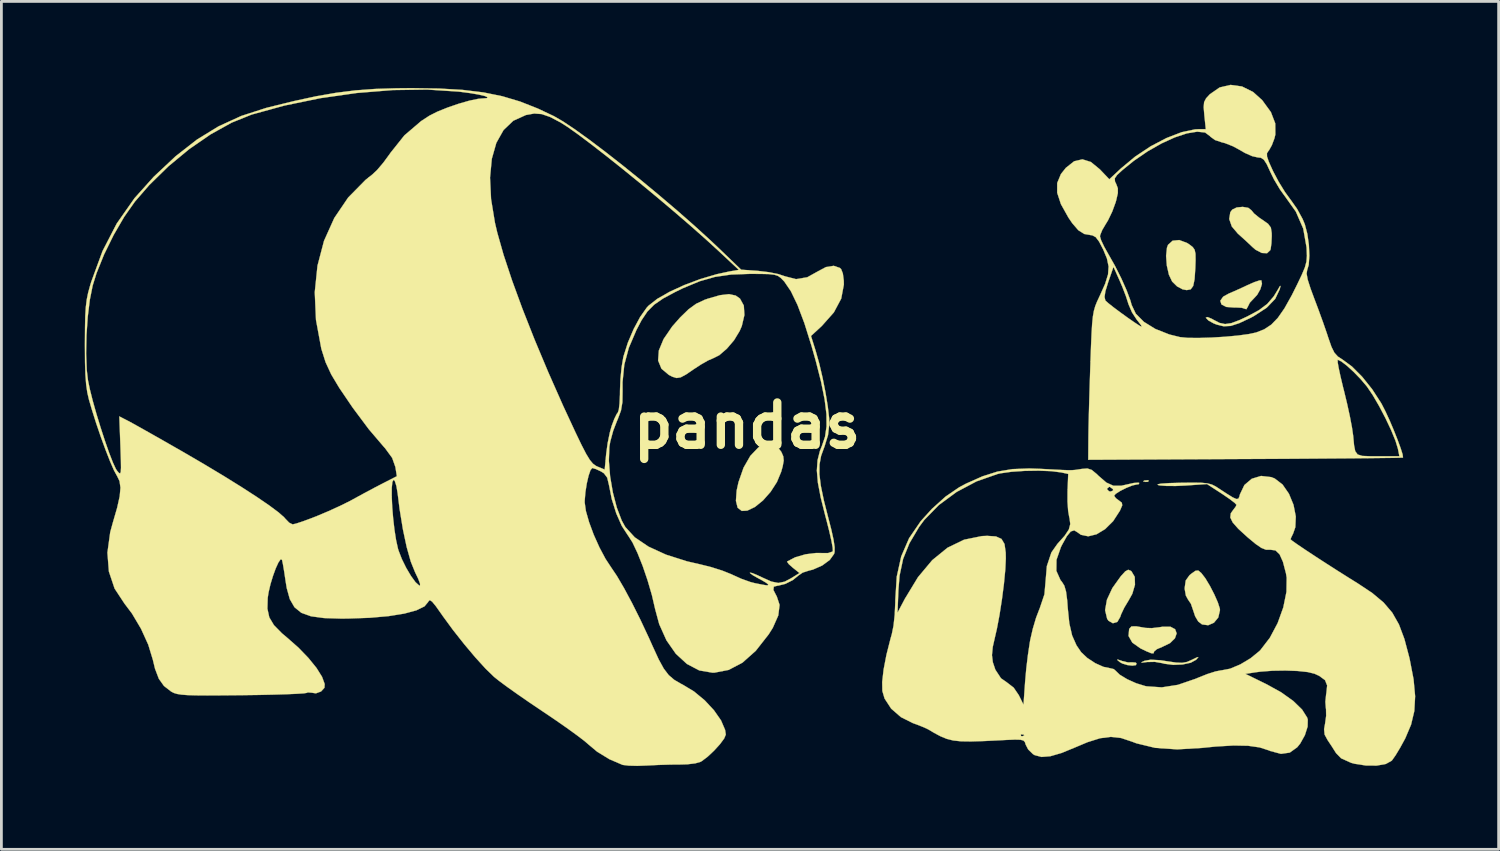
<source format=kicad_pcb>
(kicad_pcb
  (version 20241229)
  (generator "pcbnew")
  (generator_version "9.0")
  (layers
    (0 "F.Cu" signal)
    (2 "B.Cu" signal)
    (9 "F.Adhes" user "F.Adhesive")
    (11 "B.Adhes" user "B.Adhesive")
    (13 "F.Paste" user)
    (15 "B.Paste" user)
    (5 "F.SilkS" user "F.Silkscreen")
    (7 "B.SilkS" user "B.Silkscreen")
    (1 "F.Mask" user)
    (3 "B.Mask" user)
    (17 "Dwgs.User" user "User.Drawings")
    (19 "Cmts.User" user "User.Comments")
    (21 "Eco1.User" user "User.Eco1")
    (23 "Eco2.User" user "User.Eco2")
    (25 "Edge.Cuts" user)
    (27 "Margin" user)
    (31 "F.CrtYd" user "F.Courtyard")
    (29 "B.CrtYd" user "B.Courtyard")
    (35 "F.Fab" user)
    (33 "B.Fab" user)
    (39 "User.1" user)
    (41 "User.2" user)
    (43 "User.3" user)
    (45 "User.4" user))
  (footprint "pandas"
    (layer "F.Cu")
    (at 23.831 12.266)
    (property "Reference" "pandas" (at 0 0 0) (layer "F.SilkS") (effects (font (size 1.524 1.524) (thickness 0.3))))
    (attr through_hole)
    (fp_poly (pts (xy 14.455 1.981) (xy 14.43 2.019) (xy 14.344 2.025) (xy 14.254 2.005) (xy 14.293 1.974) (xy 14.425 1.964) (xy 14.455 1.981)) (stroke (width 0.01) (type solid)) (fill yes) (layer "F.SilkS"))
    (fp_poly (pts (xy 13.498 8.47) (xy 13.708 8.52) (xy 13.855 8.516) (xy 13.985 8.526) (xy 14.015 8.555) (xy 13.995 8.617) (xy 13.867 8.636) (xy 13.686 8.615) (xy 13.505 8.56) (xy 13.415 8.509) (xy 13.316 8.426) (xy 13.346 8.418) (xy 13.498 8.47)) (stroke (width 0.01) (type solid)) (fill yes) (layer "F.SilkS"))
    (fp_poly (pts (xy 13.813 5.225) (xy 13.832 5.24) (xy 13.951 5.441) (xy 13.959 5.726) (xy 13.863 6.052) (xy 13.729 6.292) (xy 13.573 6.551) (xy 13.458 6.795) (xy 13.431 6.879) (xy 13.325 7.062) (xy 13.165 7.111) (xy 13.005 7.02) (xy 12.957 6.948) (xy 12.884 6.639) (xy 12.95 6.264) (xy 13.146 5.843) (xy 13.449 5.42) (xy 13.609 5.244) (xy 13.716 5.186) (xy 13.813 5.225)) (stroke (width 0.01) (type solid)) (fill yes) (layer "F.SilkS"))
    (fp_poly (pts (xy 1.049 0.707) (xy 1.233 0.942) (xy 1.304 1.105) (xy 1.32 1.259) (xy 1.282 1.469) (xy 1.228 1.662) (xy 1.075 2.03) (xy 0.847 2.383) (xy 0.574 2.691) (xy 0.285 2.926) (xy 0.009 3.058) (xy -0.19 3.069) (xy -0.338 2.955) (xy -0.4 2.706) (xy -0.374 2.337) (xy -0.307 2.033) (xy -0.125 1.512) (xy 0.119 1.087) (xy 0.403 0.789) (xy 0.528 0.709) (xy 0.814 0.628) (xy 1.049 0.707)) (stroke (width 0.01) (type solid)) (fill yes) (layer "F.SilkS"))
    (fp_poly (pts (xy 15.834 -6.573) (xy 15.919 -6.518) (xy 16.037 -6.426) (xy 16.106 -6.329) (xy 16.137 -6.184) (xy 16.14 -5.948) (xy 16.13 -5.658) (xy 16.104 -5.27) (xy 16.054 -5.027) (xy 15.964 -4.904) (xy 15.82 -4.877) (xy 15.671 -4.905) (xy 15.476 -5.009) (xy 15.297 -5.184) (xy 15.18 -5.431) (xy 15.105 -5.762) (xy 15.079 -6.108) (xy 15.11 -6.403) (xy 15.149 -6.507) (xy 15.313 -6.655) (xy 15.553 -6.678) (xy 15.834 -6.573)) (stroke (width 0.01) (type solid)) (fill yes) (layer "F.SilkS"))
    (fp_poly (pts (xy 16.189 8.393) (xy 16.156 8.427) (xy 15.966 8.531) (xy 15.672 8.594) (xy 15.336 8.608) (xy 15.02 8.568) (xy 14.944 8.547) (xy 14.675 8.5) (xy 14.393 8.506) (xy 14.213 8.528) (xy 14.188 8.516) (xy 14.303 8.462) (xy 14.303 8.462) (xy 14.524 8.422) (xy 14.865 8.441) (xy 15.107 8.477) (xy 15.438 8.526) (xy 15.661 8.535) (xy 15.833 8.502) (xy 16.002 8.428) (xy 16.186 8.339) (xy 16.241 8.327) (xy 16.189 8.393)) (stroke (width 0.01) (type solid)) (fill yes) (layer "F.SilkS"))
    (fp_poly (pts (xy 18.529 -5.102) (xy 18.47 -4.907) (xy 18.357 -4.707) (xy 18.246 -4.587) (xy 18.092 -4.425) (xy 18.022 -4.284) (xy 17.969 -4.19) (xy 17.925 -4.201) (xy 17.803 -4.241) (xy 17.588 -4.252) (xy 17.544 -4.249) (xy 17.246 -4.271) (xy 17.071 -4.362) (xy 17.029 -4.494) (xy 17.132 -4.64) (xy 17.333 -4.752) (xy 17.543 -4.842) (xy 17.828 -4.971) (xy 18.015 -5.059) (xy 18.262 -5.167) (xy 18.442 -5.226) (xy 18.506 -5.228) (xy 18.529 -5.102)) (stroke (width 0.01) (type solid)) (fill yes) (layer "F.SilkS"))
    (fp_poly (pts (xy 14.077 7.233) (xy 14.346 7.279) (xy 14.568 7.286) (xy 14.833 7.255) (xy 14.947 7.237) (xy 15.234 7.235) (xy 15.404 7.325) (xy 15.459 7.475) (xy 15.397 7.652) (xy 15.22 7.826) (xy 14.947 7.958) (xy 14.752 8.041) (xy 14.651 8.121) (xy 14.647 8.135) (xy 14.627 8.193) (xy 14.544 8.19) (xy 14.367 8.117) (xy 14.157 8.015) (xy 13.864 7.808) (xy 13.727 7.568) (xy 13.75 7.314) (xy 13.833 7.224) (xy 14.008 7.221) (xy 14.077 7.233)) (stroke (width 0.01) (type solid)) (fill yes) (layer "F.SilkS"))
    (fp_poly (pts (xy 16.342 5.3) (xy 16.351 5.31) (xy 16.493 5.495) (xy 16.657 5.768) (xy 16.815 6.075) (xy 16.942 6.364) (xy 17.012 6.584) (xy 17.018 6.636) (xy 16.957 6.902) (xy 16.801 7.091) (xy 16.593 7.182) (xy 16.373 7.153) (xy 16.236 7.048) (xy 16.124 6.859) (xy 16.048 6.631) (xy 15.972 6.41) (xy 15.87 6.261) (xy 15.79 6.115) (xy 15.749 5.884) (xy 15.748 5.838) (xy 15.785 5.573) (xy 15.92 5.384) (xy 15.975 5.337) (xy 16.135 5.223) (xy 16.235 5.212) (xy 16.342 5.3)) (stroke (width 0.01) (type solid)) (fill yes) (layer "F.SilkS"))
    (fp_poly (pts (xy 18.036 -7.838) (xy 18.148 -7.751) (xy 18.244 -7.634) (xy 18.433 -7.481) (xy 18.538 -7.411) (xy 18.748 -7.263) (xy 18.849 -7.127) (xy 18.879 -6.932) (xy 18.881 -6.822) (xy 18.869 -6.56) (xy 18.841 -6.356) (xy 18.829 -6.315) (xy 18.713 -6.205) (xy 18.522 -6.213) (xy 18.296 -6.331) (xy 18.189 -6.424) (xy 17.977 -6.624) (xy 17.728 -6.85) (xy 17.66 -6.91) (xy 17.443 -7.167) (xy 17.35 -7.436) (xy 17.389 -7.678) (xy 17.458 -7.772) (xy 17.619 -7.851) (xy 17.836 -7.872) (xy 18.036 -7.838)) (stroke (width 0.01) (type solid)) (fill yes) (layer "F.SilkS"))
    (fp_poly (pts (xy 19.17 -4.911) (xy 19.006 -4.563) (xy 18.698 -4.243) (xy 18.233 -3.94) (xy 18.107 -3.873) (xy 17.71 -3.687) (xy 17.407 -3.589) (xy 17.151 -3.575) (xy 16.898 -3.637) (xy 16.785 -3.682) (xy 16.602 -3.784) (xy 16.512 -3.878) (xy 16.51 -3.889) (xy 16.572 -3.907) (xy 16.727 -3.843) (xy 16.785 -3.809) (xy 17.001 -3.697) (xy 17.201 -3.655) (xy 17.427 -3.688) (xy 17.724 -3.8) (xy 17.994 -3.926) (xy 18.418 -4.154) (xy 18.722 -4.383) (xy 18.952 -4.652) (xy 19.085 -4.868) (xy 19.174 -5.021) (xy 19.197 -5.029) (xy 19.17 -4.911)) (stroke (width 0.01) (type solid)) (fill yes) (layer "F.SilkS"))
    (fp_poly (pts (xy -0.408 -4.681) (xy -0.254 -4.572) (xy -0.116 -4.321) (xy -0.095 -3.98) (xy -0.188 -3.586) (xy -0.265 -3.407) (xy -0.467 -3.074) (xy -0.726 -2.77) (xy -0.997 -2.536) (xy -1.23 -2.42) (xy -1.403 -2.346) (xy -1.655 -2.202) (xy -1.917 -2.031) (xy -2.198 -1.839) (xy -2.389 -1.737) (xy -2.536 -1.714) (xy -2.684 -1.759) (xy -2.813 -1.825) (xy -3.08 -2.049) (xy -3.2 -2.344) (xy -3.174 -2.702) (xy -3.004 -3.114) (xy -2.691 -3.571) (xy -2.407 -3.893) (xy -2.103 -4.188) (xy -1.832 -4.385) (xy -1.531 -4.526) (xy -1.415 -4.567) (xy -0.974 -4.694) (xy -0.648 -4.732) (xy -0.408 -4.681)) (stroke (width 0.01) (type solid)) (fill yes) (layer "F.SilkS"))
    (fp_poly (pts (xy 17.81 -12.205) (xy 18.213 -12.004) (xy 18.537 -11.712) (xy 18.851 -11.281) (xy 19.007 -10.874) (xy 19.01 -10.474) (xy 18.976 -10.333) (xy 18.884 -10.09) (xy 18.781 -9.906) (xy 18.758 -9.88) (xy 18.708 -9.8) (xy 18.711 -9.682) (xy 18.776 -9.492) (xy 18.911 -9.193) (xy 18.938 -9.137) (xy 19.131 -8.773) (xy 19.355 -8.409) (xy 19.564 -8.121) (xy 19.572 -8.112) (xy 19.793 -7.798) (xy 19.99 -7.438) (xy 20.071 -7.244) (xy 20.162 -6.897) (xy 20.217 -6.502) (xy 20.234 -6.114) (xy 20.211 -5.787) (xy 20.155 -5.596) (xy 20.135 -5.471) (xy 20.173 -5.258) (xy 20.277 -4.933) (xy 20.398 -4.606) (xy 20.561 -4.173) (xy 20.726 -3.719) (xy 20.866 -3.315) (xy 20.916 -3.161) (xy 21.03 -2.834) (xy 21.135 -2.624) (xy 21.262 -2.485) (xy 21.429 -2.376) (xy 21.768 -2.127) (xy 22.134 -1.759) (xy 22.494 -1.31) (xy 22.812 -0.82) (xy 22.84 -0.771) (xy 22.972 -0.513) (xy 23.121 -0.19) (xy 23.271 0.163) (xy 23.408 0.508) (xy 23.519 0.811) (xy 23.589 1.035) (xy 23.604 1.145) (xy 23.602 1.149) (xy 23.515 1.153) (xy 23.273 1.159) (xy 22.89 1.164) (xy 22.379 1.17) (xy 21.755 1.176) (xy 21.031 1.181) (xy 20.222 1.187) (xy 19.34 1.193) (xy 18.402 1.198) (xy 17.927 1.2) (xy 12.277 1.228) (xy 12.283 0.423) (xy 12.288 0.089) (xy 12.299 -0.374) (xy 12.314 -0.925) (xy 12.332 -1.526) (xy 12.352 -2.134) (xy 12.356 -2.244) (xy 12.357 -2.294) (xy 21.251 -2.294) (xy 21.287 -2.083) (xy 21.355 -1.768) (xy 21.448 -1.378) (xy 21.48 -1.254) (xy 21.592 -0.789) (xy 21.692 -0.331) (xy 21.768 0.069) (xy 21.81 0.36) (xy 21.812 0.376) (xy 21.843 0.709) (xy 21.885 0.92) (xy 21.972 1.038) (xy 22.138 1.089) (xy 22.416 1.101) (xy 22.699 1.101) (xy 23.474 1.101) (xy 23.419 0.826) (xy 23.333 0.543) (xy 23.177 0.163) (xy 22.974 -0.266) (xy 22.747 -0.7) (xy 22.518 -1.094) (xy 22.31 -1.401) (xy 22.3 -1.414) (xy 22.078 -1.676) (xy 21.828 -1.934) (xy 21.584 -2.157) (xy 21.38 -2.313) (xy 21.253 -2.371) (xy 21.251 -2.294) (xy 12.357 -2.294) (xy 12.377 -2.851) (xy 12.397 -3.317) (xy 12.418 -3.667) (xy 12.445 -3.93) (xy 12.481 -4.132) (xy 12.529 -4.3) (xy 12.594 -4.462) (xy 12.672 -4.629) (xy 12.863 -4.629) (xy 12.894 -4.506) (xy 12.901 -4.496) (xy 13.001 -4.406) (xy 13.193 -4.254) (xy 13.44 -4.07) (xy 13.703 -3.88) (xy 13.944 -3.713) (xy 14.124 -3.596) (xy 14.202 -3.556) (xy 14.178 -3.613) (xy 14.071 -3.755) (xy 14.022 -3.814) (xy 13.85 -4.079) (xy 13.723 -4.376) (xy 13.717 -4.398) (xy 13.633 -4.658) (xy 13.507 -4.986) (xy 13.407 -5.22) (xy 13.186 -5.715) (xy 12.996 -5.165) (xy 12.895 -4.837) (xy 12.863 -4.629) (xy 12.672 -4.629) (xy 12.68 -4.644) (xy 12.691 -4.669) (xy 12.885 -5.102) (xy 12.99 -5.44) (xy 13.01 -5.728) (xy 12.95 -6.015) (xy 12.816 -6.338) (xy 12.665 -6.627) (xy 12.543 -6.787) (xy 12.498 -6.81) (xy 12.7 -6.81) (xy 12.742 -6.669) (xy 12.852 -6.437) (xy 12.999 -6.176) (xy 13.238 -5.754) (xy 13.465 -5.303) (xy 13.658 -4.871) (xy 13.794 -4.506) (xy 13.839 -4.344) (xy 13.988 -4.028) (xy 14.281 -3.734) (xy 14.693 -3.479) (xy 15.197 -3.28) (xy 15.579 -3.186) (xy 15.854 -3.159) (xy 16.248 -3.155) (xy 16.714 -3.169) (xy 17.204 -3.199) (xy 17.669 -3.242) (xy 18.062 -3.296) (xy 18.316 -3.351) (xy 18.608 -3.465) (xy 18.863 -3.633) (xy 19.1 -3.878) (xy 19.339 -4.222) (xy 19.6 -4.689) (xy 19.788 -5.064) (xy 19.962 -5.429) (xy 20.072 -5.691) (xy 20.129 -5.901) (xy 20.146 -6.107) (xy 20.136 -6.359) (xy 20.132 -6.42) (xy 20.013 -7.091) (xy 19.749 -7.699) (xy 19.399 -8.192) (xy 19.177 -8.499) (xy 18.957 -8.869) (xy 18.833 -9.123) (xy 18.701 -9.408) (xy 18.597 -9.569) (xy 18.491 -9.639) (xy 18.376 -9.652) (xy 18.173 -9.698) (xy 17.912 -9.814) (xy 17.773 -9.896) (xy 17.487 -10.052) (xy 17.192 -10.168) (xy 17.08 -10.196) (xy 16.839 -10.277) (xy 16.67 -10.4) (xy 16.657 -10.418) (xy 16.482 -10.548) (xy 16.198 -10.578) (xy 15.828 -10.517) (xy 15.393 -10.373) (xy 14.915 -10.155) (xy 14.417 -9.872) (xy 13.92 -9.531) (xy 13.508 -9.197) (xy 13.315 -9.019) (xy 13.233 -8.899) (xy 13.239 -8.789) (xy 13.284 -8.695) (xy 13.342 -8.542) (xy 13.343 -8.369) (xy 13.285 -8.113) (xy 13.262 -8.032) (xy 13.142 -7.705) (xy 12.99 -7.388) (xy 12.914 -7.265) (xy 12.782 -7.042) (xy 12.707 -6.856) (xy 12.7 -6.81) (xy 12.498 -6.81) (xy 12.421 -6.849) (xy 12.377 -6.854) (xy 12.135 -6.896) (xy 11.921 -7.031) (xy 11.703 -7.283) (xy 11.564 -7.487) (xy 11.294 -7.971) (xy 11.16 -8.379) (xy 11.161 -8.732) (xy 11.295 -9.054) (xy 11.472 -9.277) (xy 11.77 -9.513) (xy 12.068 -9.583) (xy 12.373 -9.487) (xy 12.695 -9.223) (xy 12.702 -9.216) (xy 13.036 -8.865) (xy 13.456 -9.257) (xy 13.965 -9.68) (xy 14.522 -10.05) (xy 15.091 -10.348) (xy 15.635 -10.558) (xy 16.12 -10.661) (xy 16.264 -10.668) (xy 16.507 -10.668) (xy 16.455 -11.171) (xy 16.431 -11.459) (xy 16.447 -11.641) (xy 16.518 -11.778) (xy 16.655 -11.927) (xy 17.005 -12.169) (xy 17.399 -12.261) (xy 17.81 -12.205)) (stroke (width 0.01) (type solid)) (fill yes) (layer "F.SilkS"))
    (fp_poly (pts (xy 10.582 1.556) (xy 11.028 1.58) (xy 11.34 1.595) (xy 11.551 1.603) (xy 11.696 1.602) (xy 11.809 1.593) (xy 11.924 1.576) (xy 12.038 1.558) (xy 12.244 1.541) (xy 12.403 1.593) (xy 12.583 1.741) (xy 12.648 1.805) (xy 12.929 2.048) (xy 13.182 2.162) (xy 13.465 2.163) (xy 13.685 2.114) (xy 13.919 2.062) (xy 14.08 2.051) (xy 14.114 2.063) (xy 14.093 2.108) (xy 14.023 2.117) (xy 13.867 2.152) (xy 13.652 2.238) (xy 13.433 2.347) (xy 13.267 2.453) (xy 13.208 2.521) (xy 13.271 2.61) (xy 13.379 2.691) (xy 13.486 2.773) (xy 13.501 2.867) (xy 13.428 3.038) (xy 13.411 3.071) (xy 13.172 3.439) (xy 12.885 3.723) (xy 12.577 3.909) (xy 12.277 3.982) (xy 12.013 3.927) (xy 11.899 3.844) (xy 11.775 3.768) (xy 11.65 3.807) (xy 11.509 3.976) (xy 11.335 4.289) (xy 11.294 4.371) (xy 11.135 4.828) (xy 11.13 5.225) (xy 11.28 5.56) (xy 11.331 5.621) (xy 11.418 5.76) (xy 11.479 5.972) (xy 11.521 6.295) (xy 11.54 6.562) (xy 11.597 7.117) (xy 11.697 7.55) (xy 11.854 7.904) (xy 12.023 8.152) (xy 12.241 8.358) (xy 12.529 8.547) (xy 12.823 8.679) (xy 13.03 8.721) (xy 13.195 8.76) (xy 13.252 8.809) (xy 13.411 8.962) (xy 13.68 9.125) (xy 14.003 9.27) (xy 14.325 9.369) (xy 14.379 9.38) (xy 14.925 9.417) (xy 15.504 9.327) (xy 16.148 9.106) (xy 16.242 9.066) (xy 16.564 8.938) (xy 16.857 8.845) (xy 17.062 8.805) (xy 17.075 8.805) (xy 17.382 8.746) (xy 17.749 8.592) (xy 18.118 8.371) (xy 18.435 8.113) (xy 18.473 8.075) (xy 18.812 7.634) (xy 19.092 7.107) (xy 19.296 6.541) (xy 19.41 5.981) (xy 19.418 5.472) (xy 19.393 5.318) (xy 19.283 4.898) (xy 19.161 4.628) (xy 19.014 4.489) (xy 18.829 4.465) (xy 18.817 4.466) (xy 18.671 4.464) (xy 18.512 4.402) (xy 18.303 4.259) (xy 18.01 4.016) (xy 18.008 4.014) (xy 17.677 3.712) (xy 17.475 3.483) (xy 17.389 3.304) (xy 17.407 3.155) (xy 17.476 3.056) (xy 17.581 2.918) (xy 17.611 2.849) (xy 17.545 2.778) (xy 17.371 2.644) (xy 17.124 2.474) (xy 17.081 2.446) (xy 16.552 2.102) (xy 15.79 2.154) (xy 15.42 2.171) (xy 15.089 2.169) (xy 14.853 2.151) (xy 14.799 2.14) (xy 14.771 2.11) (xy 14.906 2.086) (xy 15.197 2.067) (xy 15.603 2.056) (xy 16.045 2.051) (xy 16.355 2.056) (xy 16.57 2.078) (xy 16.727 2.12) (xy 16.863 2.188) (xy 16.933 2.233) (xy 17.264 2.45) (xy 17.48 2.583) (xy 17.608 2.64) (xy 17.677 2.63) (xy 17.713 2.561) (xy 17.736 2.473) (xy 17.896 2.137) (xy 18.162 1.911) (xy 18.496 1.81) (xy 18.862 1.852) (xy 18.988 1.902) (xy 19.269 2.118) (xy 19.499 2.45) (xy 19.664 2.85) (xy 19.746 3.268) (xy 19.729 3.655) (xy 19.651 3.88) (xy 19.578 4.03) (xy 19.558 4.091) (xy 19.626 4.149) (xy 19.813 4.281) (xy 20.096 4.472) (xy 20.451 4.706) (xy 20.853 4.967) (xy 21.28 5.24) (xy 21.707 5.509) (xy 21.971 5.673) (xy 22.496 6.022) (xy 22.903 6.362) (xy 23.216 6.728) (xy 23.458 7.154) (xy 23.654 7.676) (xy 23.827 8.329) (xy 23.845 8.407) (xy 23.984 9.128) (xy 24.04 9.736) (xy 24.011 10.268) (xy 23.894 10.759) (xy 23.688 11.245) (xy 23.67 11.28) (xy 23.5 11.591) (xy 23.338 11.86) (xy 23.213 12.037) (xy 23.195 12.058) (xy 22.985 12.174) (xy 22.661 12.232) (xy 22.272 12.23) (xy 21.864 12.167) (xy 21.737 12.133) (xy 21.377 11.97) (xy 21.195 11.784) (xy 21.044 11.545) (xy 20.889 11.312) (xy 20.783 11.117) (xy 20.764 10.92) (xy 20.8 10.719) (xy 20.838 10.444) (xy 20.834 10.201) (xy 20.827 10.16) (xy 20.81 9.936) (xy 20.838 9.662) (xy 20.846 9.621) (xy 20.874 9.349) (xy 20.798 9.158) (xy 20.592 9.006) (xy 20.422 8.927) (xy 20.177 8.867) (xy 19.812 8.828) (xy 19.375 8.812) (xy 18.914 8.819) (xy 18.477 8.852) (xy 18.3 8.875) (xy 17.932 8.932) (xy 18.701 9.309) (xy 19.224 9.599) (xy 19.655 9.907) (xy 19.972 10.215) (xy 20.154 10.502) (xy 20.177 10.576) (xy 20.171 10.829) (xy 20.073 11.138) (xy 19.905 11.439) (xy 19.797 11.573) (xy 19.529 11.765) (xy 19.213 11.81) (xy 18.83 11.708) (xy 18.776 11.685) (xy 18.443 11.578) (xy 18.028 11.519) (xy 17.509 11.509) (xy 16.863 11.547) (xy 16.383 11.595) (xy 15.476 11.649) (xy 14.69 11.595) (xy 14.015 11.432) (xy 13.844 11.368) (xy 13.46 11.24) (xy 13.093 11.199) (xy 12.703 11.248) (xy 12.249 11.391) (xy 11.841 11.563) (xy 11.319 11.778) (xy 10.912 11.896) (xy 10.597 11.921) (xy 10.352 11.857) (xy 10.29 11.821) (xy 10.116 11.651) (xy 10.027 11.479) (xy 9.998 11.387) (xy 9.946 11.331) (xy 9.837 11.302) (xy 9.64 11.297) (xy 9.322 11.31) (xy 9.116 11.321) (xy 8.516 11.35) (xy 8.055 11.364) (xy 7.7 11.359) (xy 7.419 11.329) (xy 7.182 11.269) (xy 6.958 11.176) (xy 6.853 11.12) (xy 9.85 11.12) (xy 9.861 11.17) (xy 9.906 11.176) (xy 9.976 11.145) (xy 9.962 11.12) (xy 9.862 11.109) (xy 9.85 11.12) (xy 6.853 11.12) (xy 6.713 11.044) (xy 6.519 10.929) (xy 6.369 10.858) (xy 6.125 10.761) (xy 5.969 10.705) (xy 5.536 10.488) (xy 5.185 10.182) (xy 4.949 9.82) (xy 4.869 9.548) (xy 4.863 9.223) (xy 4.914 8.776) (xy 5.017 8.241) (xy 5.166 7.653) (xy 5.21 7.499) (xy 5.27 7.203) (xy 5.314 6.803) (xy 5.317 6.731) (xy 5.415 6.731) (xy 5.681 6.227) (xy 6.152 5.452) (xy 6.663 4.841) (xy 7.215 4.392) (xy 7.811 4.104) (xy 8.452 3.974) (xy 8.646 3.966) (xy 8.957 3.987) (xy 9.156 4.076) (xy 9.265 4.26) (xy 9.308 4.567) (xy 9.312 4.779) (xy 9.293 5.179) (xy 9.244 5.689) (xy 9.172 6.25) (xy 9.085 6.809) (xy 8.991 7.307) (xy 8.932 7.563) (xy 8.842 7.96) (xy 8.813 8.257) (xy 8.844 8.512) (xy 8.935 8.782) (xy 9.138 9.091) (xy 9.337 9.229) (xy 9.594 9.427) (xy 9.779 9.698) (xy 9.948 10.04) (xy 10.006 9.215) (xy 10.047 8.751) (xy 10.107 8.251) (xy 10.174 7.805) (xy 10.192 7.703) (xy 10.283 7.308) (xy 10.401 6.911) (xy 10.522 6.595) (xy 10.531 6.576) (xy 10.701 6.07) (xy 10.736 5.671) (xy 10.788 5.054) (xy 10.952 4.562) (xy 11.168 4.255) (xy 11.43 3.962) (xy 11.579 3.738) (xy 11.631 3.542) (xy 11.605 3.336) (xy 11.594 3.297) (xy 11.554 3.065) (xy 11.531 2.735) (xy 11.532 2.378) (xy 11.532 2.372) (xy 11.535 2.286) (xy 12.954 2.286) (xy 13.023 2.36) (xy 13.086 2.371) (xy 13.174 2.33) (xy 13.166 2.286) (xy 13.057 2.205) (xy 13.034 2.201) (xy 12.956 2.266) (xy 12.954 2.286) (xy 11.535 2.286) (xy 11.557 1.738) (xy 11.303 1.683) (xy 10.951 1.638) (xy 10.494 1.62) (xy 9.995 1.628) (xy 9.516 1.66) (xy 9.119 1.716) (xy 9.017 1.739) (xy 8.258 2.005) (xy 7.542 2.385) (xy 6.903 2.856) (xy 6.378 3.393) (xy 6.191 3.645) (xy 5.843 4.233) (xy 5.616 4.795) (xy 5.489 5.395) (xy 5.446 5.927) (xy 5.415 6.731) (xy 5.317 6.731) (xy 5.334 6.364) (xy 5.335 6.271) (xy 5.387 5.434) (xy 5.548 4.705) (xy 5.832 4.049) (xy 6.251 3.437) (xy 6.652 2.995) (xy 7.146 2.551) (xy 7.633 2.219) (xy 7.882 2.086) (xy 8.472 1.824) (xy 9.008 1.654) (xy 9.55 1.564) (xy 10.157 1.541) (xy 10.582 1.556)) (stroke (width 0.01) (type solid)) (fill yes) (layer "F.SilkS"))
    (fp_poly (pts (xy -11.082 -12.13) (xy -10.233 -12.081) (xy -9.486 -11.991) (xy -8.807 -11.853) (xy -8.166 -11.662) (xy -7.528 -11.41) (xy -6.946 -11.135) (xy -6.622 -10.947) (xy -6.192 -10.66) (xy -5.677 -10.289) (xy -5.096 -9.85) (xy -4.468 -9.358) (xy -3.813 -8.83) (xy -3.151 -8.281) (xy -2.5 -7.727) (xy -1.88 -7.182) (xy -1.311 -6.663) (xy -1.016 -6.384) (xy -0.212 -5.612) (xy 0.425 -5.565) (xy 0.786 -5.522) (xy 1.124 -5.454) (xy 1.366 -5.374) (xy 1.368 -5.373) (xy 1.763 -5.272) (xy 2.167 -5.339) (xy 2.541 -5.547) (xy 2.839 -5.706) (xy 3.119 -5.751) (xy 3.339 -5.676) (xy 3.387 -5.63) (xy 3.448 -5.474) (xy 3.481 -5.221) (xy 3.484 -5.076) (xy 3.389 -4.571) (xy 3.125 -4.076) (xy 2.693 -3.589) (xy 2.671 -3.568) (xy 2.301 -3.227) (xy 2.469 -2.693) (xy 2.596 -2.243) (xy 2.717 -1.727) (xy 2.823 -1.194) (xy 2.905 -0.694) (xy 2.954 -0.275) (xy 2.963 -0.076) (xy 2.914 0.34) (xy 2.783 0.766) (xy 2.773 0.789) (xy 2.664 1.091) (xy 2.607 1.4) (xy 2.604 1.748) (xy 2.655 2.165) (xy 2.762 2.682) (xy 2.903 3.238) (xy 3.033 3.743) (xy 3.114 4.112) (xy 3.152 4.37) (xy 3.151 4.542) (xy 3.133 4.614) (xy 2.976 4.833) (xy 2.704 5.033) (xy 2.373 5.179) (xy 2.226 5.216) (xy 2.003 5.288) (xy 1.851 5.391) (xy 1.648 5.557) (xy 1.376 5.694) (xy 1.124 5.757) (xy 1.105 5.757) (xy 0.963 5.794) (xy 0.949 5.914) (xy 1.062 6.133) (xy 1.069 6.143) (xy 1.171 6.451) (xy 1.124 6.83) (xy 0.928 7.273) (xy 0.78 7.508) (xy 0.315 8.101) (xy -0.163 8.527) (xy -0.659 8.789) (xy -1.175 8.889) (xy -1.241 8.89) (xy -1.717 8.809) (xy -2.163 8.576) (xy -2.562 8.209) (xy -2.9 7.725) (xy -3.161 7.142) (xy -3.306 6.604) (xy -3.423 6.1) (xy -3.578 5.569) (xy -3.755 5.05) (xy -3.942 4.582) (xy -4.123 4.201) (xy -4.285 3.947) (xy -4.291 3.941) (xy -4.508 3.607) (xy -4.706 3.157) (xy -4.868 2.643) (xy -4.969 2.134) (xy -5.032 1.871) (xy -5.151 1.714) (xy -5.257 1.647) (xy -5.446 1.56) (xy -5.569 1.524) (xy -5.569 1.524) (xy -5.633 1.601) (xy -5.702 1.801) (xy -5.767 2.081) (xy -5.816 2.394) (xy -5.841 2.696) (xy -5.842 2.765) (xy -5.799 3.071) (xy -5.684 3.473) (xy -5.516 3.926) (xy -5.312 4.381) (xy -5.092 4.794) (xy -4.895 5.093) (xy -4.684 5.406) (xy -4.427 5.845) (xy -4.139 6.382) (xy -3.837 6.985) (xy -3.537 7.625) (xy -3.387 7.959) (xy -3.178 8.413) (xy -2.998 8.741) (xy -2.82 8.975) (xy -2.618 9.148) (xy -2.367 9.294) (xy -2.316 9.319) (xy -1.908 9.565) (xy -1.523 9.884) (xy -1.19 10.242) (xy -0.935 10.608) (xy -0.789 10.949) (xy -0.764 11.116) (xy -0.823 11.258) (xy -0.976 11.464) (xy -1.187 11.696) (xy -1.417 11.912) (xy -1.629 12.072) (xy -1.675 12.098) (xy -1.862 12.152) (xy -2.148 12.186) (xy -2.394 12.193) (xy -2.753 12.196) (xy -3.187 12.209) (xy -3.598 12.229) (xy -3.949 12.242) (xy -4.257 12.234) (xy -4.465 12.209) (xy -4.487 12.203) (xy -4.953 12.003) (xy -5.394 11.733) (xy -5.689 11.486) (xy -5.848 11.349) (xy -6.121 11.141) (xy -6.48 10.881) (xy -6.899 10.589) (xy -7.348 10.286) (xy -7.35 10.284) (xy -7.807 9.977) (xy -8.241 9.677) (xy -8.622 9.407) (xy -8.921 9.186) (xy -9.102 9.041) (xy -9.412 8.74) (xy -9.781 8.334) (xy -10.18 7.86) (xy -10.577 7.357) (xy -10.94 6.862) (xy -10.992 6.787) (xy -11.198 6.496) (xy -11.333 6.332) (xy -11.415 6.278) (xy -11.461 6.317) (xy -11.468 6.337) (xy -11.606 6.503) (xy -11.899 6.646) (xy -12.333 6.763) (xy -12.897 6.854) (xy -13.576 6.914) (xy -14.357 6.941) (xy -14.603 6.943) (xy -15.219 6.924) (xy -15.69 6.86) (xy -16.038 6.735) (xy -16.285 6.534) (xy -16.453 6.243) (xy -16.563 5.847) (xy -16.606 5.583) (xy -16.654 5.259) (xy -16.699 4.992) (xy -16.732 4.834) (xy -16.735 4.826) (xy -16.784 4.811) (xy -16.863 4.925) (xy -16.959 5.135) (xy -17.058 5.407) (xy -17.149 5.706) (xy -17.217 5.998) (xy -17.248 6.199) (xy -17.259 6.587) (xy -17.191 6.899) (xy -17.024 7.179) (xy -16.737 7.471) (xy -16.559 7.621) (xy -16.143 7.987) (xy -15.782 8.361) (xy -15.492 8.719) (xy -15.292 9.039) (xy -15.198 9.297) (xy -15.206 9.432) (xy -15.328 9.565) (xy -15.514 9.633) (xy -15.663 9.61) (xy -15.805 9.599) (xy -15.843 9.616) (xy -15.951 9.633) (xy -16.204 9.649) (xy -16.58 9.665) (xy -17.056 9.679) (xy -17.609 9.691) (xy -18.203 9.699) (xy -18.887 9.705) (xy -19.423 9.708) (xy -19.832 9.705) (xy -20.135 9.696) (xy -20.353 9.679) (xy -20.508 9.654) (xy -20.621 9.62) (xy -20.712 9.574) (xy -20.728 9.564) (xy -20.981 9.367) (xy -21.165 9.109) (xy -21.302 8.75) (xy -21.382 8.42) (xy -21.546 7.882) (xy -21.808 7.306) (xy -22.133 6.759) (xy -22.401 6.404) (xy -22.758 5.861) (xy -22.963 5.248) (xy -23.016 4.57) (xy -22.915 3.833) (xy -22.823 3.497) (xy -22.666 2.956) (xy -22.574 2.544) (xy -22.546 2.232) (xy -22.58 1.995) (xy -22.672 1.804) (xy -22.68 1.793) (xy -22.782 1.604) (xy -22.92 1.287) (xy -23.081 0.876) (xy -23.253 0.406) (xy -23.422 -0.091) (xy -23.576 -0.579) (xy -23.679 -0.931) (xy -23.739 -1.189) (xy -23.781 -1.479) (xy -23.808 -1.832) (xy -23.822 -2.284) (xy -23.824 -2.594) (xy -23.782 -2.594) (xy -23.759 -2.004) (xy -23.717 -1.642) (xy -23.649 -1.311) (xy -23.544 -0.893) (xy -23.411 -0.422) (xy -23.261 0.068) (xy -23.106 0.544) (xy -22.956 0.973) (xy -22.821 1.321) (xy -22.713 1.555) (xy -22.672 1.619) (xy -22.605 1.697) (xy -22.561 1.721) (xy -22.536 1.668) (xy -22.527 1.516) (xy -22.531 1.243) (xy -22.545 0.827) (xy -22.548 0.744) (xy -22.588 -0.333) (xy -22.279 -0.175) (xy -22.116 -0.087) (xy -21.832 0.071) (xy -21.454 0.284) (xy -21.008 0.537) (xy -20.52 0.816) (xy -20.32 0.93) (xy -19.547 1.381) (xy -18.834 1.809) (xy -18.194 2.207) (xy -17.642 2.564) (xy -17.192 2.872) (xy -16.858 3.121) (xy -16.654 3.301) (xy -16.618 3.344) (xy -16.474 3.493) (xy -16.351 3.553) (xy -16.226 3.524) (xy -15.985 3.445) (xy -15.668 3.328) (xy -15.462 3.247) (xy -15.053 3.074) (xy -14.635 2.883) (xy -14.278 2.706) (xy -14.182 2.653) (xy -13.991 2.549) (xy -12.785 2.549) (xy -12.768 2.926) (xy -12.734 3.336) (xy -12.687 3.745) (xy -12.629 4.117) (xy -12.562 4.421) (xy -12.542 4.488) (xy -12.422 4.799) (xy -12.265 5.118) (xy -12.093 5.408) (xy -11.931 5.631) (xy -11.801 5.748) (xy -11.767 5.757) (xy -11.766 5.69) (xy -11.832 5.512) (xy -11.947 5.271) (xy -12.1 4.892) (xy -12.247 4.37) (xy -12.383 3.731) (xy -12.502 3.001) (xy -12.573 2.434) (xy -12.617 2.173) (xy -12.673 1.996) (xy -12.718 1.947) (xy -12.762 2.025) (xy -12.784 2.237) (xy -12.785 2.549) (xy -13.991 2.549) (xy -13.818 2.454) (xy -13.409 2.235) (xy -13.137 2.094) (xy -12.601 1.82) (xy -12.654 1.487) (xy -12.77 1.159) (xy -13.026 0.81) (xy -13.066 0.767) (xy -13.61 0.129) (xy -14.19 -0.648) (xy -14.672 -1.358) (xy -14.962 -1.842) (xy -15.165 -2.281) (xy -15.313 -2.748) (xy -15.321 -2.778) (xy -15.511 -3.805) (xy -15.555 -4.802) (xy -15.457 -5.755) (xy -15.222 -6.65) (xy -14.852 -7.472) (xy -14.353 -8.208) (xy -13.728 -8.843) (xy -13.627 -8.923) (xy -9.248 -8.923) (xy -9.211 -8.151) (xy -9.07 -7.295) (xy -8.987 -6.943) (xy -8.761 -6.146) (xy -8.456 -5.226) (xy -8.081 -4.202) (xy -7.645 -3.096) (xy -7.155 -1.928) (xy -6.621 -0.722) (xy -6.175 0.239) (xy -5.957 0.692) (xy -5.79 1.015) (xy -5.658 1.232) (xy -5.545 1.368) (xy -5.435 1.448) (xy -5.382 1.473) (xy -5.122 1.58) (xy -5.092 1.261) (xy -4.972 1.261) (xy -4.927 1.826) (xy -4.828 2.406) (xy -4.685 2.953) (xy -4.509 3.415) (xy -4.38 3.648) (xy -4.04 4.019) (xy -3.547 4.353) (xy -2.915 4.643) (xy -2.159 4.883) (xy -1.693 4.99) (xy -1.291 5.09) (xy -0.887 5.218) (xy -0.56 5.349) (xy -0.52 5.369) (xy -0.202 5.512) (xy 0.121 5.627) (xy 0.284 5.669) (xy 0.553 5.722) (xy 0.695 5.745) (xy 0.752 5.743) (xy 0.762 5.72) (xy 0.762 5.717) (xy 0.694 5.658) (xy 0.521 5.555) (xy 0.415 5.499) (xy 0.217 5.388) (xy 0.109 5.308) (xy 0.102 5.289) (xy 0.189 5.305) (xy 0.378 5.383) (xy 0.548 5.464) (xy 0.877 5.611) (xy 1.126 5.661) (xy 1.354 5.614) (xy 1.59 5.489) (xy 1.888 5.304) (xy 1.646 5.111) (xy 1.498 4.979) (xy 1.44 4.896) (xy 1.443 4.889) (xy 1.731 4.738) (xy 2.107 4.629) (xy 2.489 4.582) (xy 2.615 4.584) (xy 2.917 4.585) (xy 3.069 4.534) (xy 3.088 4.506) (xy 3.081 4.389) (xy 3.036 4.142) (xy 2.958 3.797) (xy 2.854 3.386) (xy 2.814 3.236) (xy 2.65 2.58) (xy 2.549 2.05) (xy 2.512 1.615) (xy 2.537 1.245) (xy 2.622 0.911) (xy 2.694 0.73) (xy 2.806 0.401) (xy 2.861 0.026) (xy 2.857 -0.416) (xy 2.792 -0.942) (xy 2.665 -1.574) (xy 2.473 -2.329) (xy 2.32 -2.869) (xy 2.063 -3.688) (xy 1.816 -4.342) (xy 1.577 -4.838) (xy 1.343 -5.181) (xy 1.315 -5.212) (xy 1.211 -5.318) (xy 1.112 -5.389) (xy 0.98 -5.431) (xy 0.781 -5.453) (xy 0.48 -5.46) (xy 0.098 -5.461) (xy -0.571 -5.437) (xy -1.152 -5.353) (xy -1.708 -5.195) (xy -2.303 -4.947) (xy -2.582 -4.811) (xy -3.02 -4.576) (xy -3.34 -4.355) (xy -3.584 -4.109) (xy -3.795 -3.795) (xy -3.977 -3.448) (xy -4.254 -2.801) (xy -4.416 -2.196) (xy -4.48 -1.565) (xy -4.479 -1.228) (xy -4.485 -0.845) (xy -4.536 -0.543) (xy -4.65 -0.237) (xy -4.68 -0.169) (xy -4.816 0.184) (xy -4.921 0.57) (xy -4.954 0.763) (xy -4.972 1.261) (xy -5.092 1.261) (xy -5.068 1.009) (xy -5.016 0.63) (xy -4.937 0.244) (xy -4.871 0.009) (xy -4.777 -0.242) (xy -4.69 -0.419) (xy -4.65 -0.47) (xy -4.615 -0.571) (xy -4.588 -0.799) (xy -4.573 -1.114) (xy -4.572 -1.257) (xy -4.556 -1.675) (xy -4.514 -2.102) (xy -4.454 -2.456) (xy -4.443 -2.501) (xy -4.288 -2.988) (xy -4.08 -3.476) (xy -3.845 -3.913) (xy -3.607 -4.249) (xy -3.544 -4.317) (xy -3.231 -4.562) (xy -2.79 -4.814) (xy -2.261 -5.057) (xy -1.683 -5.274) (xy -1.096 -5.448) (xy -0.635 -5.548) (xy -0.296 -5.606) (xy -1.016 -6.278) (xy -1.491 -6.712) (xy -2.033 -7.192) (xy -2.623 -7.7) (xy -3.241 -8.222) (xy -3.868 -8.741) (xy -4.485 -9.243) (xy -5.071 -9.709) (xy -5.608 -10.126) (xy -6.075 -10.477) (xy -6.454 -10.746) (xy -6.711 -10.91) (xy -7.089 -11.108) (xy -7.387 -11.211) (xy -7.658 -11.231) (xy -7.952 -11.178) (xy -7.965 -11.174) (xy -8.41 -10.972) (xy -8.762 -10.636) (xy -9.021 -10.176) (xy -9.184 -9.602) (xy -9.248 -8.923) (xy -13.627 -8.923) (xy -13.479 -9.041) (xy -13.306 -9.205) (xy -13.088 -9.462) (xy -12.867 -9.763) (xy -12.833 -9.813) (xy -12.33 -10.444) (xy -11.729 -10.958) (xy -11.43 -11.153) (xy -11.15 -11.295) (xy -10.781 -11.444) (xy -10.377 -11.583) (xy -9.99 -11.694) (xy -9.674 -11.76) (xy -9.552 -11.771) (xy -9.368 -11.784) (xy -9.334 -11.816) (xy -9.434 -11.86) (xy -9.65 -11.912) (xy -9.966 -11.966) (xy -10.365 -12.018) (xy -10.373 -12.019) (xy -11.511 -12.093) (xy -12.749 -12.075) (xy -14.044 -11.97) (xy -15.356 -11.783) (xy -16.645 -11.518) (xy -17.827 -11.193) (xy -18.545 -10.903) (xy -19.303 -10.482) (xy -20.07 -9.953) (xy -20.816 -9.336) (xy -21.511 -8.656) (xy -22.027 -8.061) (xy -22.414 -7.511) (xy -22.793 -6.858) (xy -23.135 -6.162) (xy -23.409 -5.483) (xy -23.547 -5.038) (xy -23.649 -4.528) (xy -23.724 -3.913) (xy -23.769 -3.249) (xy -23.782 -2.594) (xy -23.824 -2.594) (xy -23.826 -2.866) (xy -23.826 -2.963) (xy -23.822 -3.517) (xy -23.813 -3.939) (xy -23.793 -4.267) (xy -23.76 -4.536) (xy -23.709 -4.785) (xy -23.636 -5.05) (xy -23.598 -5.176) (xy -23.192 -6.281) (xy -22.68 -7.273) (xy -22.041 -8.184) (xy -21.352 -8.952) (xy -20.561 -9.694) (xy -19.793 -10.294) (xy -19.016 -10.77) (xy -18.2 -11.143) (xy -17.312 -11.43) (xy -17.187 -11.462) (xy -16.285 -11.683) (xy -15.498 -11.853) (xy -14.78 -11.978) (xy -14.089 -12.064) (xy -13.379 -12.116) (xy -12.605 -12.14) (xy -12.065 -12.145) (xy -11.082 -12.13)) (stroke (width 0.01) (type solid)) (fill yes) (layer "F.SilkS")))
  (gr_rect
    (start -3 -3)
    (end 50.876 27.512)
    (stroke (width 0.1) (type default))
    (fill no)
    (layer "Edge.Cuts")))
</source>
